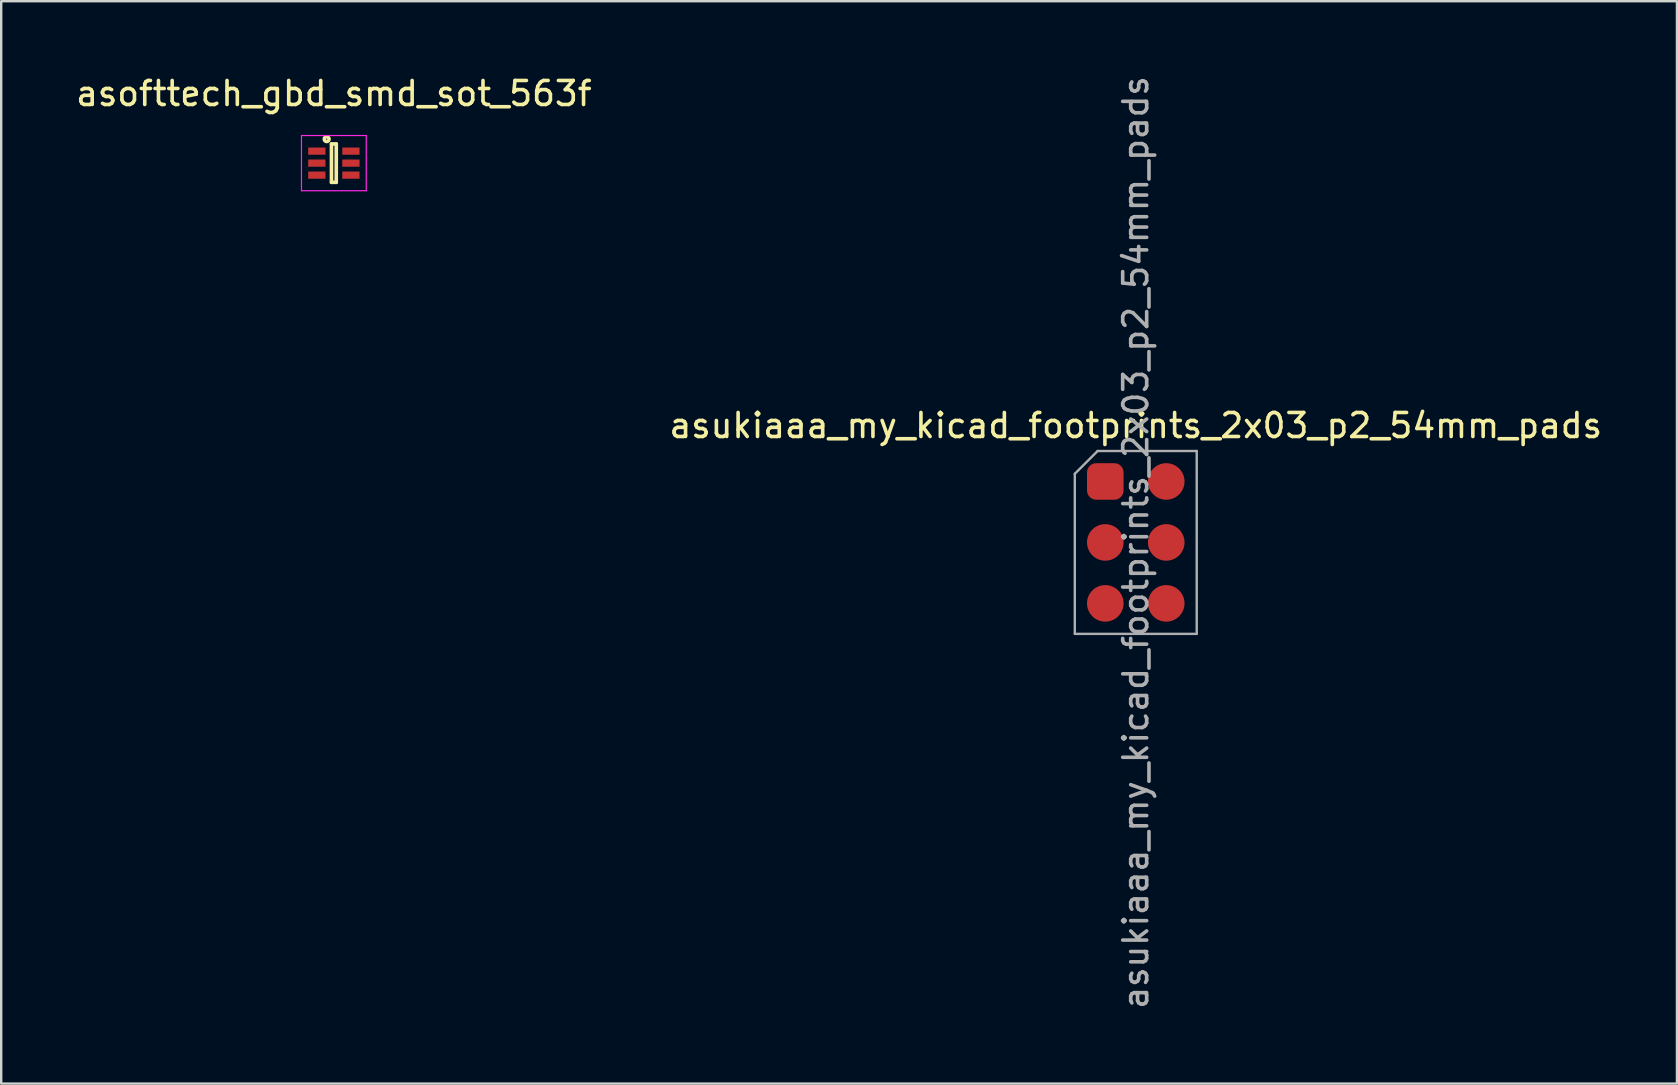
<source format=kicad_pcb>
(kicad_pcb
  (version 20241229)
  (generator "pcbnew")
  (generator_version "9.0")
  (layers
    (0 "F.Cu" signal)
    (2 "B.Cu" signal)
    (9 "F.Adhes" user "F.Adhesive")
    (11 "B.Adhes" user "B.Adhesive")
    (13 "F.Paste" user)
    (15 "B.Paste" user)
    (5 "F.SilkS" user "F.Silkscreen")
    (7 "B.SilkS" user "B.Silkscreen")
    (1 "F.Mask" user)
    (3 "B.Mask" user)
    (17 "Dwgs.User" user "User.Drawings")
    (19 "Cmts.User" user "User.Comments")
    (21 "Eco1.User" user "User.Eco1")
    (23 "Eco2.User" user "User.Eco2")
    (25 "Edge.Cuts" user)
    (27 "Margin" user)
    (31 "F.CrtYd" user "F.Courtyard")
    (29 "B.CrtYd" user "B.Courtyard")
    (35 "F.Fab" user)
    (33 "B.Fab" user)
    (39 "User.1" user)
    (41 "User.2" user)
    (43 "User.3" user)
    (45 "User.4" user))
  (footprint "asofttech_gbd_smd_sot_563f"
    (layer "F.Cu")
    (at 10.863 3.748)
    (property "Reference" "asofttech_gbd_smd_sot_563f" (at 0 -2.9 0) (layer "F.SilkS") (effects (font (size 1 1) (thickness 0.15))))
    (attr smd)
    (fp_line (start -0.1 -0.8) (end -0.1 0.8) (stroke (width 0.15) (type solid)) (layer "F.SilkS"))
    (fp_line (start -0.1 0.8) (end 0.1 0.8) (stroke (width 0.15) (type solid)) (layer "F.SilkS"))
    (fp_line (start 0.1 -0.8) (end -0.1 -0.8) (stroke (width 0.15) (type solid)) (layer "F.SilkS"))
    (fp_line (start 0.1 0.8) (end 0.1 -0.8) (stroke (width 0.15) (type solid)) (layer "F.SilkS"))
    (fp_circle (center -0.3 -1) (end -0.2 -1) (stroke (width 0.15) (type solid)) (fill no) (layer "F.SilkS"))
    (fp_line (start -1.35 -1.15) (end -1.35 1.15) (stroke (width 0.05) (type solid)) (layer "F.CrtYd"))
    (fp_line (start -1.35 1.15) (end 1.35 1.15) (stroke (width 0.05) (type solid)) (layer "F.CrtYd"))
    (fp_line (start 1.35 -1.15) (end -1.35 -1.15) (stroke (width 0.05) (type solid)) (layer "F.CrtYd"))
    (fp_line (start 1.35 1.15) (end 1.35 -1.15) (stroke (width 0.05) (type solid)) (layer "F.CrtYd"))
    (pad "1" smd rect (at -0.71 -0.5) (size 0.72 0.3) (layers "F.Cu" "F.Mask" "F.Paste"))
    (pad "2" smd rect (at -0.71 0) (size 0.72 0.3) (layers "F.Cu" "F.Mask" "F.Paste"))
    (pad "3" smd rect (at -0.71 0.5) (size 0.72 0.3) (layers "F.Cu" "F.Mask" "F.Paste"))
    (pad "4" smd rect (at 0.71 0.5) (size 0.72 0.3) (layers "F.Cu" "F.Mask" "F.Paste"))
    (pad "5" smd rect (at 0.71 0) (size 0.72 0.3) (layers "F.Cu" "F.Mask" "F.Paste"))
    (pad "6" smd rect (at 0.71 -0.5) (size 0.72 0.3) (layers "F.Cu" "F.Mask" "F.Paste")))
  (footprint "asukiaaa_my_kicad_footprints_2x03_p2_54mm_pads"
    (layer "F.Cu")
    (at 44.28 19.554)
    (property "Reference" "asukiaaa_my_kicad_footprints_2x03_p2_54mm_pads" (at 0 -4.87 0) (layer "F.SilkS") (effects (font (size 1 1) (thickness 0.15))))
    (attr smd)
    (fp_line (start -2.54 -2.86) (end -1.59 -3.81) (stroke (width 0.1) (type solid)) (layer "F.Fab"))
    (fp_line (start -2.54 3.81) (end -2.54 -2.86) (stroke (width 0.1) (type solid)) (layer "F.Fab"))
    (fp_line (start -1.59 -3.81) (end 2.54 -3.81) (stroke (width 0.1) (type solid)) (layer "F.Fab"))
    (fp_line (start 2.54 -3.81) (end 2.54 3.81) (stroke (width 0.1) (type solid)) (layer "F.Fab"))
    (fp_line (start 2.54 3.81) (end -2.54 3.81) (stroke (width 0.1) (type solid)) (layer "F.Fab"))
    (fp_text user "${REFERENCE}" (at 0 0 90) (layer "F.Fab") (effects (font (size 1 1) (thickness 0.15))))
    (pad "1" connect roundrect (at -1.27 -2.54) (size 1.524 1.524) (layers "F.Cu" "F.Mask") (roundrect_rratio 0.25))
    (pad "2" connect circle (at 1.27 -2.54) (size 1.524 1.524) (layers "F.Cu" "F.Mask"))
    (pad "3" connect circle (at -1.27 0) (size 1.524 1.524) (layers "F.Cu" "F.Mask"))
    (pad "4" connect circle (at 1.27 0) (size 1.524 1.524) (layers "F.Cu" "F.Mask"))
    (pad "5" connect circle (at -1.27 2.54) (size 1.524 1.524) (layers "F.Cu" "F.Mask"))
    (pad "6" connect circle (at 1.27 2.54) (size 1.524 1.524) (layers "F.Cu" "F.Mask")))
  (gr_rect
    (start -3 -3)
    (end 66.833 42.107)
    (stroke (width 0.1) (type default))
    (fill no)
    (layer "Edge.Cuts")))
</source>
